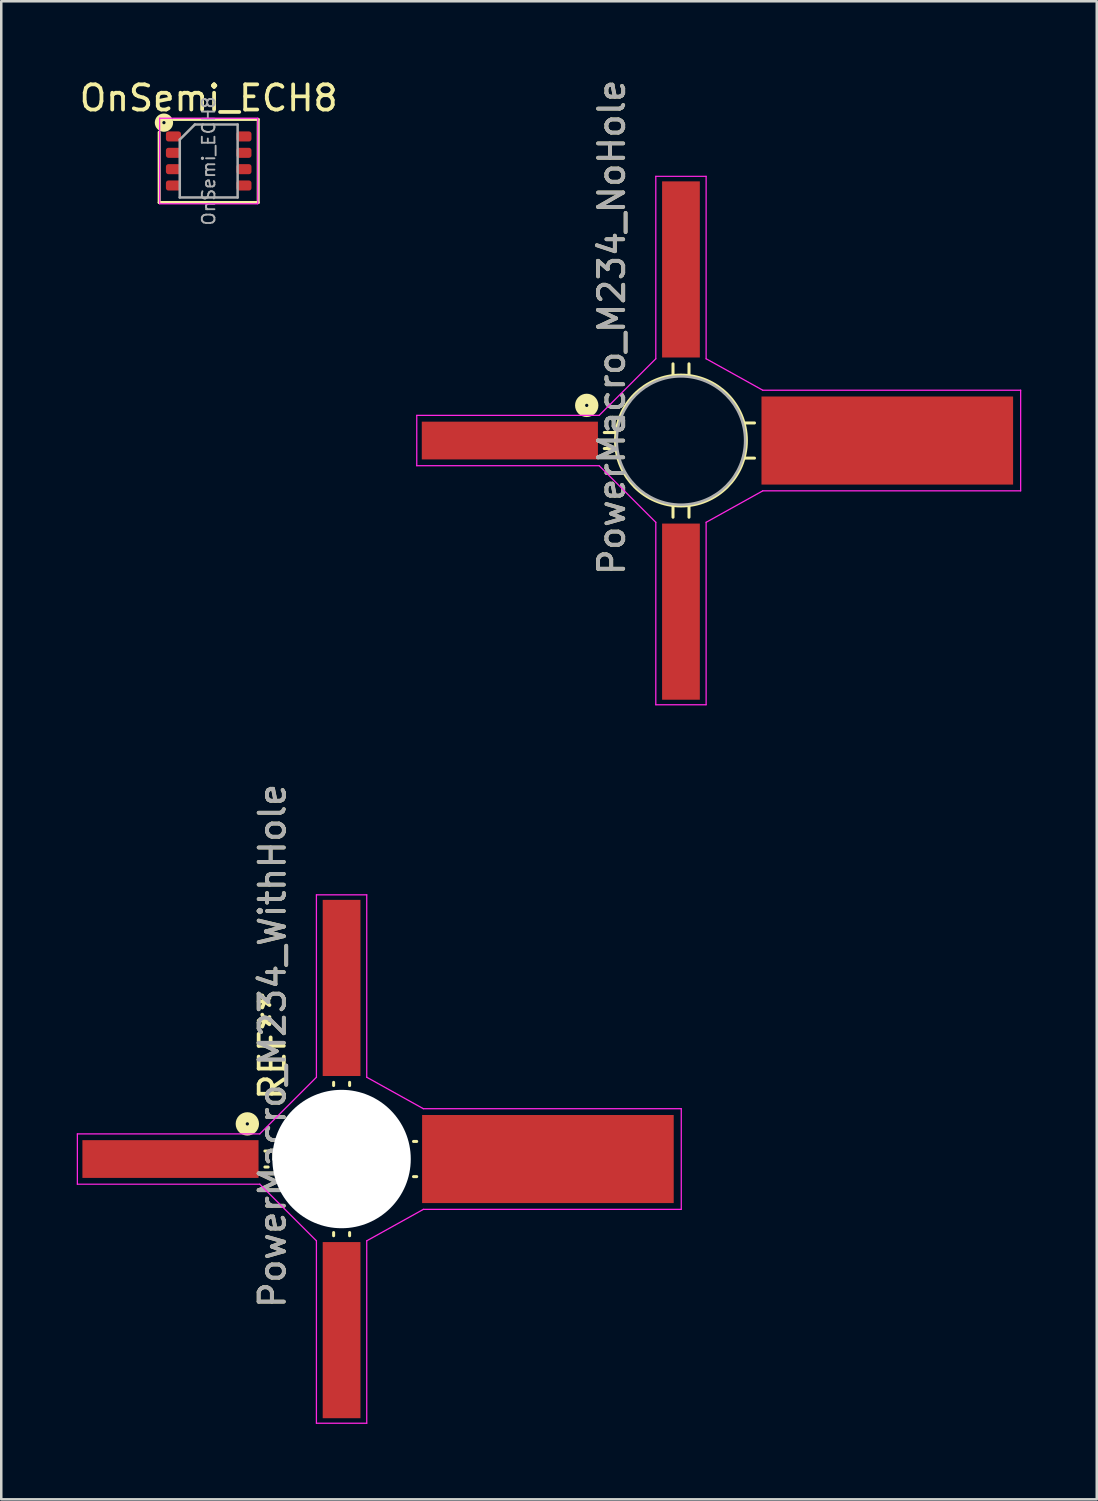
<source format=kicad_pcb>
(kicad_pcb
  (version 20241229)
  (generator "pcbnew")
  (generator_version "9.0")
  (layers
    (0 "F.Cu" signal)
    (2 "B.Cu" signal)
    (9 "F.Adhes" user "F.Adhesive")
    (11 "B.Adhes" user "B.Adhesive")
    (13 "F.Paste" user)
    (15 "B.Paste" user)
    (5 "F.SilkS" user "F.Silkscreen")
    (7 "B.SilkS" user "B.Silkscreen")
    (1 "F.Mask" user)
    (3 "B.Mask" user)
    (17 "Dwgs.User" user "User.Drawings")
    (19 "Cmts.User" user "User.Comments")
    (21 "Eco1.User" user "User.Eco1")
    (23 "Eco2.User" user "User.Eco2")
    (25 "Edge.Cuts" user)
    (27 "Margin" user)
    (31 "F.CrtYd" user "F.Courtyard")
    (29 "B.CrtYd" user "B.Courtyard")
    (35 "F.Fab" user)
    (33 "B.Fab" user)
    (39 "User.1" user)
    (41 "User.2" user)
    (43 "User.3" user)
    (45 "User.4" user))
  (footprint "PowerMacro_M234_NoHole"
    (layer "F.Cu")
    (at 24.713 14.458)
    (property "Reference" "PowerMacro_M234_NoHole" (at -3.45 -4.5 90) (layer "F.SilkS") (effects (font (size 1 1) (thickness 0.15))))
    (attr smd)
    (fp_line (start -3.302 -0.318) (end -3.747 -0.318) (stroke (width 0.12) (type solid)) (layer "F.SilkS"))
    (fp_line (start -3.302 0.318) (end -3.747 0.318) (stroke (width 0.12) (type solid)) (layer "F.SilkS"))
    (fp_line (start -1.016 -2.603) (end -1.016 -3.048) (stroke (width 0.12) (type solid)) (layer "F.SilkS"))
    (fp_line (start -1.016 2.603) (end -1.016 3.048) (stroke (width 0.12) (type solid)) (layer "F.SilkS"))
    (fp_line (start -0.381 -2.603) (end -0.381 -3.048) (stroke (width 0.12) (type solid)) (layer "F.SilkS"))
    (fp_line (start -0.381 2.603) (end -0.381 3.048) (stroke (width 0.12) (type solid)) (layer "F.SilkS"))
    (fp_line (start 1.841 -0.699) (end 2.223 -0.699) (stroke (width 0.12) (type solid)) (layer "F.SilkS"))
    (fp_line (start 1.841 0.699) (end 2.223 0.699) (stroke (width 0.12) (type solid)) (layer "F.SilkS"))
    (fp_circle (center -4.445 -1.397) (end -4.381 -1.397) (stroke (width 0.4) (type solid)) (fill no) (layer "F.SilkS"))
    (fp_circle (center -0.7 0) (end -0.7 -2.6) (stroke (width 0.12) (type solid)) (fill no) (layer "F.SilkS"))
    (fp_line (start -11.2 -1) (end -11.2 1) (stroke (width 0.05) (type solid)) (layer "F.CrtYd"))
    (fp_line (start -11.2 1) (end -3.95 1) (stroke (width 0.05) (type solid)) (layer "F.CrtYd"))
    (fp_line (start -3.95 -1) (end -11.2 -1) (stroke (width 0.05) (type solid)) (layer "F.CrtYd"))
    (fp_line (start -3.95 1) (end -1.7 3.25) (stroke (width 0.05) (type solid)) (layer "F.CrtYd"))
    (fp_line (start -1.7 -10.5) (end -1.7 -3.25) (stroke (width 0.05) (type solid)) (layer "F.CrtYd"))
    (fp_line (start -1.7 -3.25) (end -3.95 -1) (stroke (width 0.05) (type solid)) (layer "F.CrtYd"))
    (fp_line (start -1.7 3.25) (end -1.7 10.5) (stroke (width 0.05) (type solid)) (layer "F.CrtYd"))
    (fp_line (start -1.7 10.5) (end 0.3 10.5) (stroke (width 0.05) (type solid)) (layer "F.CrtYd"))
    (fp_line (start 0.3 -10.5) (end -1.7 -10.5) (stroke (width 0.05) (type solid)) (layer "F.CrtYd"))
    (fp_line (start 0.3 -3.25) (end 0.3 -10.5) (stroke (width 0.05) (type solid)) (layer "F.CrtYd"))
    (fp_line (start 0.3 3.25) (end 2.55 2) (stroke (width 0.05) (type solid)) (layer "F.CrtYd"))
    (fp_line (start 0.3 10.5) (end 0.3 3.25) (stroke (width 0.05) (type solid)) (layer "F.CrtYd"))
    (fp_line (start 2.55 -2) (end 0.3 -3.25) (stroke (width 0.05) (type solid)) (layer "F.CrtYd"))
    (fp_line (start 2.55 2) (end 12.8 2) (stroke (width 0.05) (type solid)) (layer "F.CrtYd"))
    (fp_line (start 12.8 -2) (end 2.55 -2) (stroke (width 0.05) (type solid)) (layer "F.CrtYd"))
    (fp_line (start 12.8 2) (end 12.8 -2) (stroke (width 0.05) (type solid)) (layer "F.CrtYd"))
    (fp_circle (center -0.7 0) (end -0.7 -2.55) (stroke (width 0.1) (type solid)) (fill no) (layer "F.Fab"))
    (fp_text user "${REFERENCE}" (at -3.45 -4.5 90) (layer "F.Fab") (effects (font (size 1 1) (thickness 0.15))))
    (pad "1" smd rect (at -7.5 0 90) (size 1.5 7) (layers "F.Cu" "F.Mask" "F.Paste"))
    (pad "2" smd rect (at -0.7 6.8 90) (size 7 1.5) (layers "F.Cu" "F.Mask" "F.Paste"))
    (pad "3" smd rect (at 7.5 0 90) (size 3.5 10) (layers "F.Cu" "F.Mask" "F.Paste"))
    (pad "4" smd rect (at -0.7 -6.8 90) (size 7 1.5) (layers "F.Cu" "F.Mask" "F.Paste")))
  (footprint "OnSemi_ECH8"
    (layer "F.Cu")
    (at 5.244 3.348)
    (property "Reference" "OnSemi_ECH8" (at 0 -2.5 0) (layer "F.SilkS") (effects (font (size 1 1) (thickness 0.15))))
    (attr smd)
    (fp_line (start -1.968 -1.143) (end -1.968 1.651) (stroke (width 0.12) (type solid)) (layer "F.SilkS"))
    (fp_line (start -1.968 1.651) (end 1.968 1.651) (stroke (width 0.12) (type solid)) (layer "F.SilkS"))
    (fp_line (start 1.968 -1.651) (end -1.397 -1.651) (stroke (width 0.12) (type solid)) (layer "F.SilkS"))
    (fp_line (start 1.968 1.651) (end 1.968 -1.651) (stroke (width 0.12) (type solid)) (layer "F.SilkS"))
    (fp_circle (center -1.778 -1.524) (end -1.714 -1.524) (stroke (width 0.3) (type solid)) (fill no) (layer "F.SilkS"))
    (fp_line (start -1.95 -1.7) (end -1.95 1.7) (stroke (width 0.05) (type solid)) (layer "F.CrtYd"))
    (fp_line (start -1.95 1.7) (end 1.95 1.7) (stroke (width 0.05) (type solid)) (layer "F.CrtYd"))
    (fp_line (start 1.95 -1.7) (end -1.95 -1.7) (stroke (width 0.05) (type solid)) (layer "F.CrtYd"))
    (fp_line (start 1.95 1.7) (end 1.95 -1.7) (stroke (width 0.05) (type solid)) (layer "F.CrtYd"))
    (fp_line (start -1.15 -0.85) (end -0.55 -1.45) (stroke (width 0.1) (type solid)) (layer "F.Fab"))
    (fp_line (start -1.15 1.45) (end -1.15 -0.85) (stroke (width 0.1) (type solid)) (layer "F.Fab"))
    (fp_line (start -0.55 -1.45) (end 1.15 -1.45) (stroke (width 0.1) (type solid)) (layer "F.Fab"))
    (fp_line (start 1.15 -1.45) (end 1.15 1.45) (stroke (width 0.1) (type solid)) (layer "F.Fab"))
    (fp_line (start 1.15 1.45) (end -1.15 1.45) (stroke (width 0.1) (type solid)) (layer "F.Fab"))
    (fp_text user "${REFERENCE}" (at 0 0 270) (layer "F.Fab") (effects (font (size 0.5 0.5) (thickness 0.075))))
    (pad "1" smd roundrect (at -1.4 -0.975 270) (size 0.4 0.6) (layers "F.Cu" "F.Mask" "F.Paste") (roundrect_rratio 0.25))
    (pad "2" smd roundrect (at -1.4 -0.325 270) (size 0.4 0.6) (layers "F.Cu" "F.Mask" "F.Paste") (roundrect_rratio 0.25))
    (pad "3" smd roundrect (at -1.4 0.325 270) (size 0.4 0.6) (layers "F.Cu" "F.Mask" "F.Paste") (roundrect_rratio 0.25))
    (pad "4" smd roundrect (at -1.4 0.975 270) (size 0.4 0.6) (layers "F.Cu" "F.Mask" "F.Paste") (roundrect_rratio 0.25))
    (pad "5" smd roundrect (at 1.4 0.975 270) (size 0.4 0.6) (layers "F.Cu" "F.Mask" "F.Paste") (roundrect_rratio 0.25))
    (pad "6" smd roundrect (at 1.4 0.325 270) (size 0.4 0.6) (layers "F.Cu" "F.Mask" "F.Paste") (roundrect_rratio 0.25))
    (pad "7" smd roundrect (at 1.4 -0.325 270) (size 0.4 0.6) (layers "F.Cu" "F.Mask" "F.Paste") (roundrect_rratio 0.25))
    (pad "8" smd roundrect (at 1.4 -0.975 270) (size 0.4 0.6) (layers "F.Cu" "F.Mask" "F.Paste") (roundrect_rratio 0.25)))
  (footprint "PowerMacro_M234_WithHole"
    (layer "F.Cu")
    (at 11.225 43.013)
    (property "Reference" "PowerMacro_M234_WithHole" (at -3.45 -4.5 90) (layer "F.SilkS") (effects (font (size 1 1) (thickness 0.15))))
    (attr smd)
    (fp_line (start -3.619 -0.318) (end -3.747 -0.318) (stroke (width 0.12) (type solid)) (layer "F.SilkS"))
    (fp_line (start -3.619 0.318) (end -3.747 0.318) (stroke (width 0.12) (type solid)) (layer "F.SilkS"))
    (fp_line (start -1.016 -2.921) (end -1.016 -3.048) (stroke (width 0.12) (type solid)) (layer "F.SilkS"))
    (fp_line (start -1.016 2.921) (end -1.016 3.048) (stroke (width 0.12) (type solid)) (layer "F.SilkS"))
    (fp_line (start -0.381 -2.921) (end -0.381 -3.048) (stroke (width 0.12) (type solid)) (layer "F.SilkS"))
    (fp_line (start -0.381 2.921) (end -0.381 3.048) (stroke (width 0.12) (type solid)) (layer "F.SilkS"))
    (fp_line (start 2.159 -0.699) (end 2.286 -0.699) (stroke (width 0.12) (type solid)) (layer "F.SilkS"))
    (fp_line (start 2.159 0.699) (end 2.286 0.699) (stroke (width 0.12) (type solid)) (layer "F.SilkS"))
    (fp_circle (center -4.445 -1.397) (end -4.381 -1.397) (stroke (width 0.4) (type solid)) (fill no) (layer "F.SilkS"))
    (fp_line (start -11.2 -1) (end -11.2 1) (stroke (width 0.05) (type solid)) (layer "F.CrtYd"))
    (fp_line (start -11.2 1) (end -3.95 1) (stroke (width 0.05) (type solid)) (layer "F.CrtYd"))
    (fp_line (start -3.95 -1) (end -11.2 -1) (stroke (width 0.05) (type solid)) (layer "F.CrtYd"))
    (fp_line (start -3.95 1) (end -1.7 3.25) (stroke (width 0.05) (type solid)) (layer "F.CrtYd"))
    (fp_line (start -1.7 -10.5) (end -1.7 -3.25) (stroke (width 0.05) (type solid)) (layer "F.CrtYd"))
    (fp_line (start -1.7 -3.25) (end -3.95 -1) (stroke (width 0.05) (type solid)) (layer "F.CrtYd"))
    (fp_line (start -1.7 3.25) (end -1.7 10.5) (stroke (width 0.05) (type solid)) (layer "F.CrtYd"))
    (fp_line (start -1.7 10.5) (end 0.3 10.5) (stroke (width 0.05) (type solid)) (layer "F.CrtYd"))
    (fp_line (start 0.3 -10.5) (end -1.7 -10.5) (stroke (width 0.05) (type solid)) (layer "F.CrtYd"))
    (fp_line (start 0.3 -3.25) (end 0.3 -10.5) (stroke (width 0.05) (type solid)) (layer "F.CrtYd"))
    (fp_line (start 0.3 3.25) (end 2.55 2) (stroke (width 0.05) (type solid)) (layer "F.CrtYd"))
    (fp_line (start 0.3 10.5) (end 0.3 3.25) (stroke (width 0.05) (type solid)) (layer "F.CrtYd"))
    (fp_line (start 2.55 -2) (end 0.3 -3.25) (stroke (width 0.05) (type solid)) (layer "F.CrtYd"))
    (fp_line (start 2.55 2) (end 12.8 2) (stroke (width 0.05) (type solid)) (layer "F.CrtYd"))
    (fp_line (start 12.8 -2) (end 2.55 -2) (stroke (width 0.05) (type solid)) (layer "F.CrtYd"))
    (fp_line (start 12.8 2) (end 12.8 -2) (stroke (width 0.05) (type solid)) (layer "F.CrtYd"))
    (fp_circle (center -0.7 0) (end -0.7 -2.55) (stroke (width 0.1) (type solid)) (fill no) (layer "F.Fab"))
    (fp_text user "REF**" (at -3.45 -4.5 90) (layer "F.SilkS") (effects (font (size 1 1) (thickness 0.15))))
    (fp_text user "${REFERENCE}" (at -3.45 -4.5 90) (layer "F.Fab") (effects (font (size 1 1) (thickness 0.15))))
    (pad "" np_thru_hole circle (at -0.7 0 90) (size 5.5 5.5) (drill 5.5) (layers "*.Cu" "*.Mask"))
    (pad "1" smd rect (at -7.5 0 90) (size 1.5 7) (layers "F.Cu" "F.Mask" "F.Paste"))
    (pad "2" smd rect (at -0.7 6.8 90) (size 7 1.5) (layers "F.Cu" "F.Mask" "F.Paste"))
    (pad "3" smd rect (at 7.5 0 90) (size 3.5 10) (layers "F.Cu" "F.Mask" "F.Paste"))
    (pad "4" smd rect (at -0.7 -6.8 90) (size 7 1.5) (layers "F.Cu" "F.Mask" "F.Paste")))
  (gr_rect
    (start -3 -3)
    (end 40.538 56.538)
    (stroke (width 0.1) (type default))
    (fill no)
    (layer "Edge.Cuts")))
</source>
